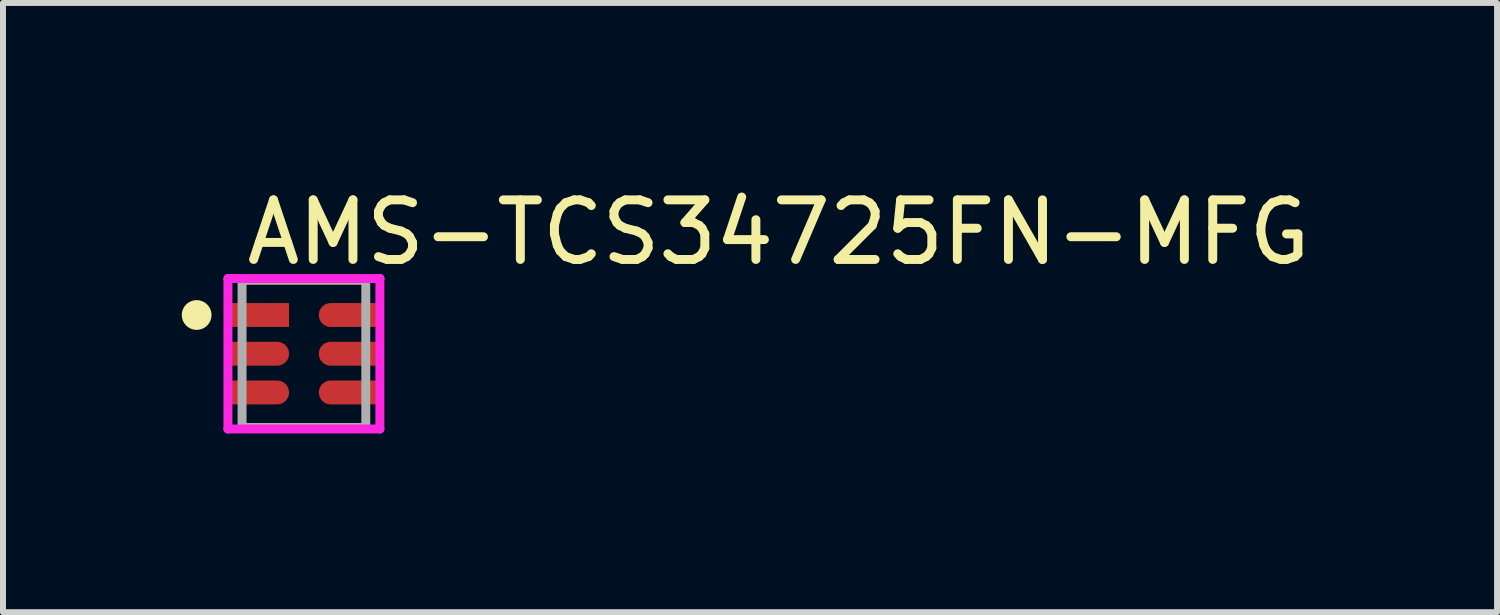
<source format=kicad_pcb>
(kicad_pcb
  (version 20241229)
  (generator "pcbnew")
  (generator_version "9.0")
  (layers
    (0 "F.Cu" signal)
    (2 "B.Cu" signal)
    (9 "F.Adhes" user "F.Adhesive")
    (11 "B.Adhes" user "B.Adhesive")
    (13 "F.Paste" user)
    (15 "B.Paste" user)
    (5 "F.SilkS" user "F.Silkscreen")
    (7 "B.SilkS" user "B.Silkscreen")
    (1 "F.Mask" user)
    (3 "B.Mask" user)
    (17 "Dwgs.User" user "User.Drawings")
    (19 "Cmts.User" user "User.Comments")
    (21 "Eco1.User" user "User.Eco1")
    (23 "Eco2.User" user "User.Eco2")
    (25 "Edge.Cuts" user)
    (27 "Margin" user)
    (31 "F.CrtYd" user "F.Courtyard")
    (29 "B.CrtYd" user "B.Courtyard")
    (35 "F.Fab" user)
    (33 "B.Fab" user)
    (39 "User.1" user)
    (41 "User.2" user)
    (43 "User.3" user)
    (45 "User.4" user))
  (footprint "AMS-TCS34725FN-MFG"
    (layer "F.Cu")
    (at 2.05 2.886)
    (property "Reference" "AMS-TCS34725FN-MFG" (at -1.038 -2.037 0) (layer "F.SilkS") (effects (font (size 1 1) (thickness 0.15)) (justify left)))
    (attr through_hole)
    (fp_line (start -1.038 -1.237) (end 1.038 -1.237) (stroke (width 0.15) (type solid)) (layer "F.SilkS"))
    (fp_line (start -1.038 -1.225) (end -1.038 -1.237) (stroke (width 0.15) (type solid)) (layer "F.SilkS"))
    (fp_line (start -1.038 1.238) (end -1.038 1.225) (stroke (width 0.15) (type solid)) (layer "F.SilkS"))
    (fp_line (start -1.038 1.238) (end 1.038 1.238) (stroke (width 0.15) (type solid)) (layer "F.SilkS"))
    (fp_line (start 1.038 -1.225) (end 1.038 -1.237) (stroke (width 0.15) (type solid)) (layer "F.SilkS"))
    (fp_line (start 1.038 1.238) (end 1.038 1.225) (stroke (width 0.15) (type solid)) (layer "F.SilkS"))
    (fp_circle (center -1.8 -0.65) (end -1.675 -0.65) (stroke (width 0.25) (type solid)) (fill no) (layer "F.SilkS"))
    (fp_line (start -1.275 -1.262) (end -1.275 1.263) (stroke (width 0.15) (type solid)) (layer "F.CrtYd"))
    (fp_line (start -1.275 1.263) (end 1.275 1.263) (stroke (width 0.15) (type solid)) (layer "F.CrtYd"))
    (fp_line (start 1.275 -1.262) (end -1.275 -1.262) (stroke (width 0.15) (type solid)) (layer "F.CrtYd"))
    (fp_line (start 1.275 -1.262) (end 1.275 -1.262) (stroke (width 0.15) (type solid)) (layer "F.CrtYd"))
    (fp_line (start 1.275 1.263) (end 1.275 -1.262) (stroke (width 0.15) (type solid)) (layer "F.CrtYd"))
    (fp_line (start -1.038 -1.237) (end 1.038 -1.237) (stroke (width 0.15) (type solid)) (layer "F.Fab"))
    (fp_line (start -1.038 1.238) (end -1.038 -1.237) (stroke (width 0.15) (type solid)) (layer "F.Fab"))
    (fp_line (start 1.038 -1.237) (end 1.038 1.238) (stroke (width 0.15) (type solid)) (layer "F.Fab"))
    (fp_line (start 1.038 1.238) (end -1.038 1.238) (stroke (width 0.15) (type solid)) (layer "F.Fab"))
    (pad "1" smd rect (at -0.75 -0.65) (size 1 0.4) (layers "F.Cu" "F.Mask" "F.Paste"))
    (pad "2" smd custom (at -0.75 0.000001) (size 0.4 0.4) (layers "F.Cu" "F.Mask" "F.Paste") (options (anchor circle)) (primitives (gr_poly (pts (xy -0.5 -0.2) (xy -0.5 0.2) (xy 0.3 0.2) (xy 0.316 0.199) (xy 0.331 0.198) (xy 0.347 0.194) (xy 0.362 0.19) (xy 0.377 0.185) (xy 0.391 0.178) (xy 0.405 0.171) (xy 0.418 0.162) (xy 0.43 0.152) (xy 0.441 0.141) (xy 0.452 0.13) (xy 0.462 0.118) (xy 0.471 0.104) (xy 0.478 0.091) (xy 0.485 0.077) (xy 0.49 0.062) (xy 0.494 0.047) (xy 0.498 0.031) (xy 0.499 0.016) (xy 0.5 0) (xy 0.499 -0.016) (xy 0.498 -0.031) (xy 0.494 -0.047) (xy 0.49 -0.062) (xy 0.485 -0.077) (xy 0.478 -0.091) (xy 0.471 -0.104) (xy 0.462 -0.118) (xy 0.452 -0.13) (xy 0.441 -0.141) (xy 0.43 -0.152) (xy 0.418 -0.162) (xy 0.405 -0.171) (xy 0.391 -0.178) (xy 0.377 -0.185) (xy 0.362 -0.19) (xy 0.347 -0.194) (xy 0.331 -0.198) (xy 0.316 -0.199) (xy 0.3 -0.2) (xy -0.5 -0.2)) (width 0) (fill yes))))
    (pad "3" smd custom (at -0.75 0.65) (size 0.4 0.4) (layers "F.Cu" "F.Mask" "F.Paste") (options (anchor circle)) (primitives (gr_poly (pts (xy -0.5 -0.2) (xy -0.5 0.2) (xy 0.3 0.2) (xy 0.316 0.199) (xy 0.331 0.198) (xy 0.347 0.194) (xy 0.362 0.19) (xy 0.377 0.185) (xy 0.391 0.178) (xy 0.405 0.171) (xy 0.418 0.162) (xy 0.43 0.152) (xy 0.441 0.141) (xy 0.452 0.13) (xy 0.462 0.118) (xy 0.471 0.104) (xy 0.478 0.091) (xy 0.485 0.077) (xy 0.49 0.062) (xy 0.494 0.047) (xy 0.498 0.031) (xy 0.499 0.016) (xy 0.5 0) (xy 0.499 -0.016) (xy 0.498 -0.031) (xy 0.494 -0.047) (xy 0.49 -0.062) (xy 0.485 -0.077) (xy 0.478 -0.091) (xy 0.471 -0.104) (xy 0.462 -0.118) (xy 0.452 -0.13) (xy 0.441 -0.141) (xy 0.43 -0.152) (xy 0.418 -0.162) (xy 0.405 -0.171) (xy 0.391 -0.178) (xy 0.377 -0.185) (xy 0.362 -0.19) (xy 0.347 -0.194) (xy 0.331 -0.198) (xy 0.316 -0.199) (xy 0.3 -0.2) (xy -0.5 -0.2)) (width 0) (fill yes))))
    (pad "4" smd custom (at 0.75 0.65) (size 0.4 0.4) (layers "F.Cu" "F.Mask" "F.Paste") (options (anchor circle)) (primitives (gr_poly (pts (xy 0.5 0.2) (xy 0.5 -0.2) (xy -0.3 -0.2) (xy -0.316 -0.199) (xy -0.331 -0.198) (xy -0.347 -0.194) (xy -0.362 -0.19) (xy -0.377 -0.185) (xy -0.391 -0.178) (xy -0.405 -0.171) (xy -0.418 -0.162) (xy -0.43 -0.152) (xy -0.441 -0.141) (xy -0.452 -0.13) (xy -0.462 -0.118) (xy -0.471 -0.104) (xy -0.478 -0.091) (xy -0.485 -0.077) (xy -0.49 -0.062) (xy -0.494 -0.047) (xy -0.498 -0.031) (xy -0.499 -0.016) (xy -0.5 0) (xy -0.499 0.016) (xy -0.498 0.031) (xy -0.494 0.047) (xy -0.49 0.062) (xy -0.485 0.077) (xy -0.478 0.091) (xy -0.471 0.104) (xy -0.462 0.118) (xy -0.452 0.13) (xy -0.441 0.141) (xy -0.43 0.152) (xy -0.418 0.162) (xy -0.405 0.171) (xy -0.391 0.178) (xy -0.377 0.185) (xy -0.362 0.19) (xy -0.347 0.194) (xy -0.331 0.198) (xy -0.316 0.199) (xy -0.3 0.2) (xy 0.5 0.2)) (width 0) (fill yes))))
    (pad "5" smd custom (at 0.75 0.000001) (size 0.4 0.4) (layers "F.Cu" "F.Mask" "F.Paste") (options (anchor circle)) (primitives (gr_poly (pts (xy 0.5 0.2) (xy 0.5 -0.2) (xy -0.3 -0.2) (xy -0.316 -0.199) (xy -0.331 -0.198) (xy -0.347 -0.194) (xy -0.362 -0.19) (xy -0.377 -0.185) (xy -0.391 -0.178) (xy -0.405 -0.171) (xy -0.418 -0.162) (xy -0.43 -0.152) (xy -0.441 -0.141) (xy -0.452 -0.13) (xy -0.462 -0.118) (xy -0.471 -0.104) (xy -0.478 -0.091) (xy -0.485 -0.077) (xy -0.49 -0.062) (xy -0.494 -0.047) (xy -0.498 -0.031) (xy -0.499 -0.016) (xy -0.5 0) (xy -0.499 0.016) (xy -0.498 0.031) (xy -0.494 0.047) (xy -0.49 0.062) (xy -0.485 0.077) (xy -0.478 0.091) (xy -0.471 0.104) (xy -0.462 0.118) (xy -0.452 0.13) (xy -0.441 0.141) (xy -0.43 0.152) (xy -0.418 0.162) (xy -0.405 0.171) (xy -0.391 0.178) (xy -0.377 0.185) (xy -0.362 0.19) (xy -0.347 0.194) (xy -0.331 0.198) (xy -0.316 0.199) (xy -0.3 0.2) (xy 0.5 0.2)) (width 0) (fill yes))))
    (pad "6" smd custom (at 0.75 -0.65) (size 0.4 0.4) (layers "F.Cu" "F.Mask" "F.Paste") (options (anchor circle)) (primitives (gr_poly (pts (xy 0.5 0.2) (xy 0.5 -0.2) (xy -0.3 -0.2) (xy -0.316 -0.199) (xy -0.331 -0.198) (xy -0.347 -0.194) (xy -0.362 -0.19) (xy -0.377 -0.185) (xy -0.391 -0.178) (xy -0.405 -0.171) (xy -0.418 -0.162) (xy -0.43 -0.152) (xy -0.441 -0.141) (xy -0.452 -0.13) (xy -0.462 -0.118) (xy -0.471 -0.104) (xy -0.478 -0.091) (xy -0.485 -0.077) (xy -0.49 -0.062) (xy -0.494 -0.047) (xy -0.498 -0.031) (xy -0.499 -0.016) (xy -0.5 0) (xy -0.499 0.016) (xy -0.498 0.031) (xy -0.494 0.047) (xy -0.49 0.062) (xy -0.485 0.077) (xy -0.478 0.091) (xy -0.471 0.104) (xy -0.462 0.118) (xy -0.452 0.13) (xy -0.441 0.141) (xy -0.43 0.152) (xy -0.418 0.162) (xy -0.405 0.171) (xy -0.391 0.178) (xy -0.377 0.185) (xy -0.362 0.19) (xy -0.347 0.194) (xy -0.331 0.198) (xy -0.316 0.199) (xy -0.3 0.2) (xy 0.5 0.2)) (width 0) (fill yes)))))
  (gr_rect
    (start -3 -3)
    (end 22.072 7.223)
    (stroke (width 0.1) (type default))
    (fill no)
    (layer "Edge.Cuts")))
</source>
